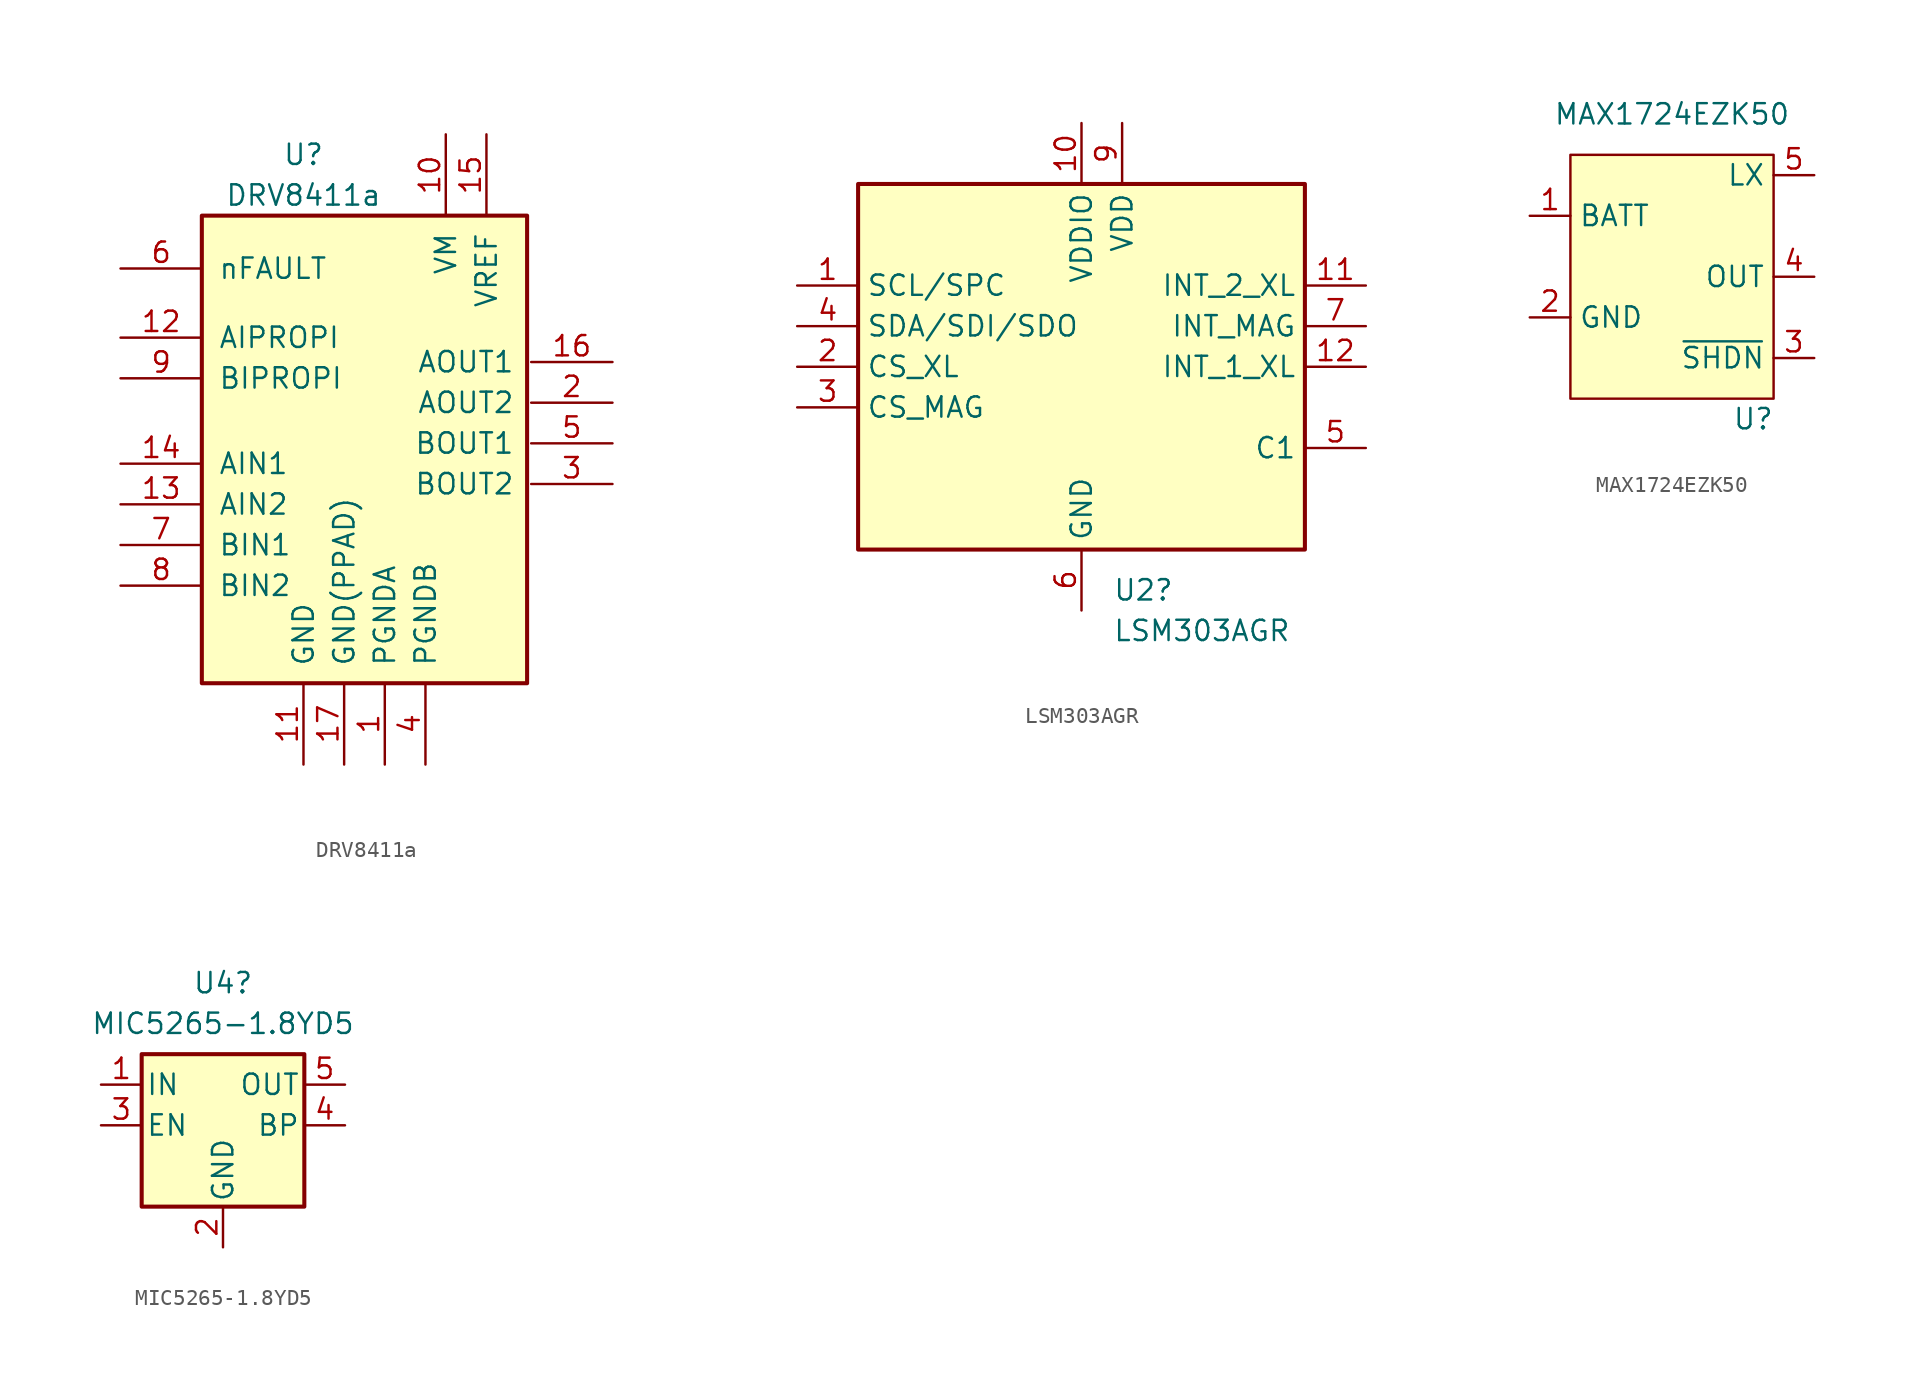
<source format=kicad_sym>
(kicad_symbol_lib
  (version 20220914)
  (generator kicad_symbol_editor)
  (symbol "DRV8411a"
    (pin_names
      (offset 1.016))
    (property "Reference" "U"
      (at -3.81 16.51 0)
      (effects (font (size 1.27 1.27))))
    (property "Value" "DRV8411a"
      (at -3.81 13.97 0)
      (effects (font (size 1.27 1.27))))
    (symbol "DRV8411a_0_1"
      (rectangle (start -10.16 12.7) (end 10.16 -16.51) (stroke (width 0.254) (type default)) (fill (type background))))
    (symbol "DRV8411a_1_1"
      (pin power_in line (at 1.27 -21.59 90) (length 5.08) (name "PGNDA" (effects (font (size 1.27 1.27)))) (number "1" (effects (font (size 1.27 1.27)))))
      (pin power_in line (at 5.08 17.78 270) (length 5.08) (name "VM" (effects (font (size 1.27 1.27)))) (number "10" (effects (font (size 1.27 1.27)))))
      (pin power_in line (at -3.81 -21.59 90) (length 5.08) (name "GND" (effects (font (size 1.27 1.27)))) (number "11" (effects (font (size 1.27 1.27)))))
      (pin bidirectional line (at -15.24 5.08 0) (length 5.08) (name "AIPROPI" (effects (font (size 1.27 1.27)))) (number "12" (effects (font (size 1.27 1.27)))))
      (pin input line (at -15.24 -5.334 0) (length 5.08) (name "AIN2" (effects (font (size 1.27 1.27)))) (number "13" (effects (font (size 1.27 1.27)))))
      (pin input line (at -15.24 -2.794 0) (length 5.08) (name "AIN1" (effects (font (size 1.27 1.27)))) (number "14" (effects (font (size 1.27 1.27)))))
      (pin power_in line (at 7.62 17.78 270) (length 5.08) (name "VREF" (effects (font (size 1.27 1.27)))) (number "15" (effects (font (size 1.27 1.27)))))
      (pin power_out line (at 15.494 3.556 180) (length 5.08) (name "AOUT1" (effects (font (size 1.27 1.27)))) (number "16" (effects (font (size 1.27 1.27)))))
      (pin power_in line (at -1.27 -21.59 90) (length 5.08) (name "GND(PPAD)" (effects (font (size 1.27 1.27)))) (number "17" (effects (font (size 1.27 1.27)))))
      (pin power_out line (at 15.494 1.016 180) (length 5.08) (name "AOUT2" (effects (font (size 1.27 1.27)))) (number "2" (effects (font (size 1.27 1.27)))))
      (pin power_out line (at 15.494 -4.064 180) (length 5.08) (name "BOUT2" (effects (font (size 1.27 1.27)))) (number "3" (effects (font (size 1.27 1.27)))))
      (pin power_in line (at 3.81 -21.59 90) (length 5.08) (name "PGNDB" (effects (font (size 1.27 1.27)))) (number "4" (effects (font (size 1.27 1.27)))))
      (pin power_out line (at 15.494 -1.524 180) (length 5.08) (name "BOUT1" (effects (font (size 1.27 1.27)))) (number "5" (effects (font (size 1.27 1.27)))))
      (pin open_collector line (at -15.24 9.398 0) (length 5.08) (name "nFAULT" (effects (font (size 1.27 1.27)))) (number "6" (effects (font (size 1.27 1.27)))))
      (pin input line (at -15.24 -7.874 0) (length 5.08) (name "BIN1" (effects (font (size 1.27 1.27)))) (number "7" (effects (font (size 1.27 1.27)))))
      (pin input line (at -15.24 -10.414 0) (length 5.08) (name "BIN2" (effects (font (size 1.27 1.27)))) (number "8" (effects (font (size 1.27 1.27)))))
      (pin bidirectional line (at -15.24 2.54 0) (length 5.08) (name "BIPROPI" (effects (font (size 1.27 1.27)))) (number "9" (effects (font (size 1.27 1.27)))))))
  (symbol "LSM303AGR"
    (property "Reference" "U2"
      (at 1.956 -13.97 0)
      (effects (font (size 1.27 1.27)) (justify left)))
    (property "Value" "LSM303AGR"
      (at 1.956 -16.51 0)
      (effects (font (size 1.27 1.27)) (justify left)))
    (symbol "LSM303AGR_0_1"
      (rectangle (start 13.97 11.43) (end -13.97 -11.43) (stroke (width 0.254) (type default)) (fill (type background))))
    (symbol "LSM303AGR_1_1"
      (pin input line (at -17.78 5.08 0) (length 3.81) (name "SCL/SPC" (effects (font (size 1.27 1.27)))) (number "1" (effects (font (size 1.27 1.27)))))
      (pin power_in line (at 0 15.24 270) (length 3.81) (name "VDDIO" (effects (font (size 1.27 1.27)))) (number "10" (effects (font (size 1.27 1.27)))))
      (pin output line (at 17.78 5.08 180) (length 3.81) (name "INT_2_XL" (effects (font (size 1.27 1.27)))) (number "11" (effects (font (size 1.27 1.27)))))
      (pin output line (at 17.78 0 180) (length 3.81) (name "INT_1_XL" (effects (font (size 1.27 1.27)))) (number "12" (effects (font (size 1.27 1.27)))))
      (pin input line (at -17.78 0 0) (length 3.81) (name "CS_XL" (effects (font (size 1.27 1.27)))) (number "2" (effects (font (size 1.27 1.27)))))
      (pin input line (at -17.78 -2.54 0) (length 3.81) (name "CS_MAG" (effects (font (size 1.27 1.27)))) (number "3" (effects (font (size 1.27 1.27)))))
      (pin bidirectional line (at -17.78 2.54 0) (length 3.81) (name "SDA/SDI/SDO" (effects (font (size 1.27 1.27)))) (number "4" (effects (font (size 1.27 1.27)))))
      (pin passive line (at 17.78 -5.08 180) (length 3.81) (name "C1" (effects (font (size 1.27 1.27)))) (number "5" (effects (font (size 1.27 1.27)))))
      (pin power_in line (at 0 -15.24 90) (length 3.81) (name "GND" (effects (font (size 1.27 1.27)))) (number "6" (effects (font (size 1.27 1.27)))))
      (pin output line (at 17.78 2.54 180) (length 3.81) (name "INT_MAG" (effects (font (size 1.27 1.27)))) (number "7" (effects (font (size 1.27 1.27)))))
      (pin passive line (at 0 -15.24 90) (length 3.81) hide (name "GND" (effects (font (size 1.27 1.27)))) (number "8" (effects (font (size 1.27 1.27)))))
      (pin power_in line (at 2.54 15.24 270) (length 3.81) (name "VDD" (effects (font (size 1.27 1.27)))) (number "9" (effects (font (size 1.27 1.27)))))))
  (symbol "MAX1724EZK50"
    (property "Reference" "U"
      (at 2.54 -6.35 0)
      (effects (font (size 1.27 1.27))))
    (property "Value" "MAX1724EZK50"
      (at -2.54 12.7 0)
      (effects (font (size 1.27 1.27))))
    (symbol "MAX1724EZK50_0_1"
      (rectangle (start -8.89 10.16) (end 3.81 -5.08) (stroke (width 0) (type default)) (fill (type background))))
    (symbol "MAX1724EZK50_1_1"
      (pin input line (at -11.43 6.35 0) (length 2.54) (name "BATT" (effects (font (size 1.27 1.27)))) (number "1" (effects (font (size 1.27 1.27)))))
      (pin passive line (at -11.43 0 0) (length 2.54) (name "GND" (effects (font (size 1.27 1.27)))) (number "2" (effects (font (size 1.27 1.27)))))
      (pin input line (at 6.35 -2.54 180) (length 2.54) (name "~{SHDN}" (effects (font (size 1.27 1.27)))) (number "3" (effects (font (size 1.27 1.27)))))
      (pin power_out line (at 6.35 2.54 180) (length 2.54) (name "OUT" (effects (font (size 1.27 1.27)))) (number "4" (effects (font (size 1.27 1.27)))))
      (pin passive line (at 6.35 8.89 180) (length 2.54) (name "LX" (effects (font (size 1.27 1.27)))) (number "5" (effects (font (size 1.27 1.27)))))))
  (symbol "MIC5265-1.8YD5"
    (pin_names
      (offset 0.254))
    (property "Reference" "U4"
      (at 0 8.89 0)
      (effects (font (size 1.27 1.27))))
    (property "Value" "MIC5265-1.8YD5"
      (at 0 6.35 0)
      (effects (font (size 1.27 1.27))))
    (symbol "MIC5265-1.8YD5_0_1"
      (rectangle (start -5.08 4.445) (end 5.08 -5.08) (stroke (width 0.254) (type default)) (fill (type background))))
    (symbol "MIC5265-1.8YD5_1_1"
      (pin power_in line (at -7.62 2.54 0) (length 2.54) (name "IN" (effects (font (size 1.27 1.27)))) (number "1" (effects (font (size 1.27 1.27)))))
      (pin power_in line (at 0 -7.62 90) (length 2.54) (name "GND" (effects (font (size 1.27 1.27)))) (number "2" (effects (font (size 1.27 1.27)))))
      (pin input line (at -7.62 0 0) (length 2.54) (name "EN" (effects (font (size 1.27 1.27)))) (number "3" (effects (font (size 1.27 1.27)))))
      (pin input line (at 7.62 0 180) (length 2.54) (name "BP" (effects (font (size 1.27 1.27)))) (number "4" (effects (font (size 1.27 1.27)))))
      (pin power_out line (at 7.62 2.54 180) (length 2.54) (name "OUT" (effects (font (size 1.27 1.27)))) (number "5" (effects (font (size 1.27 1.27))))))))
</source>
